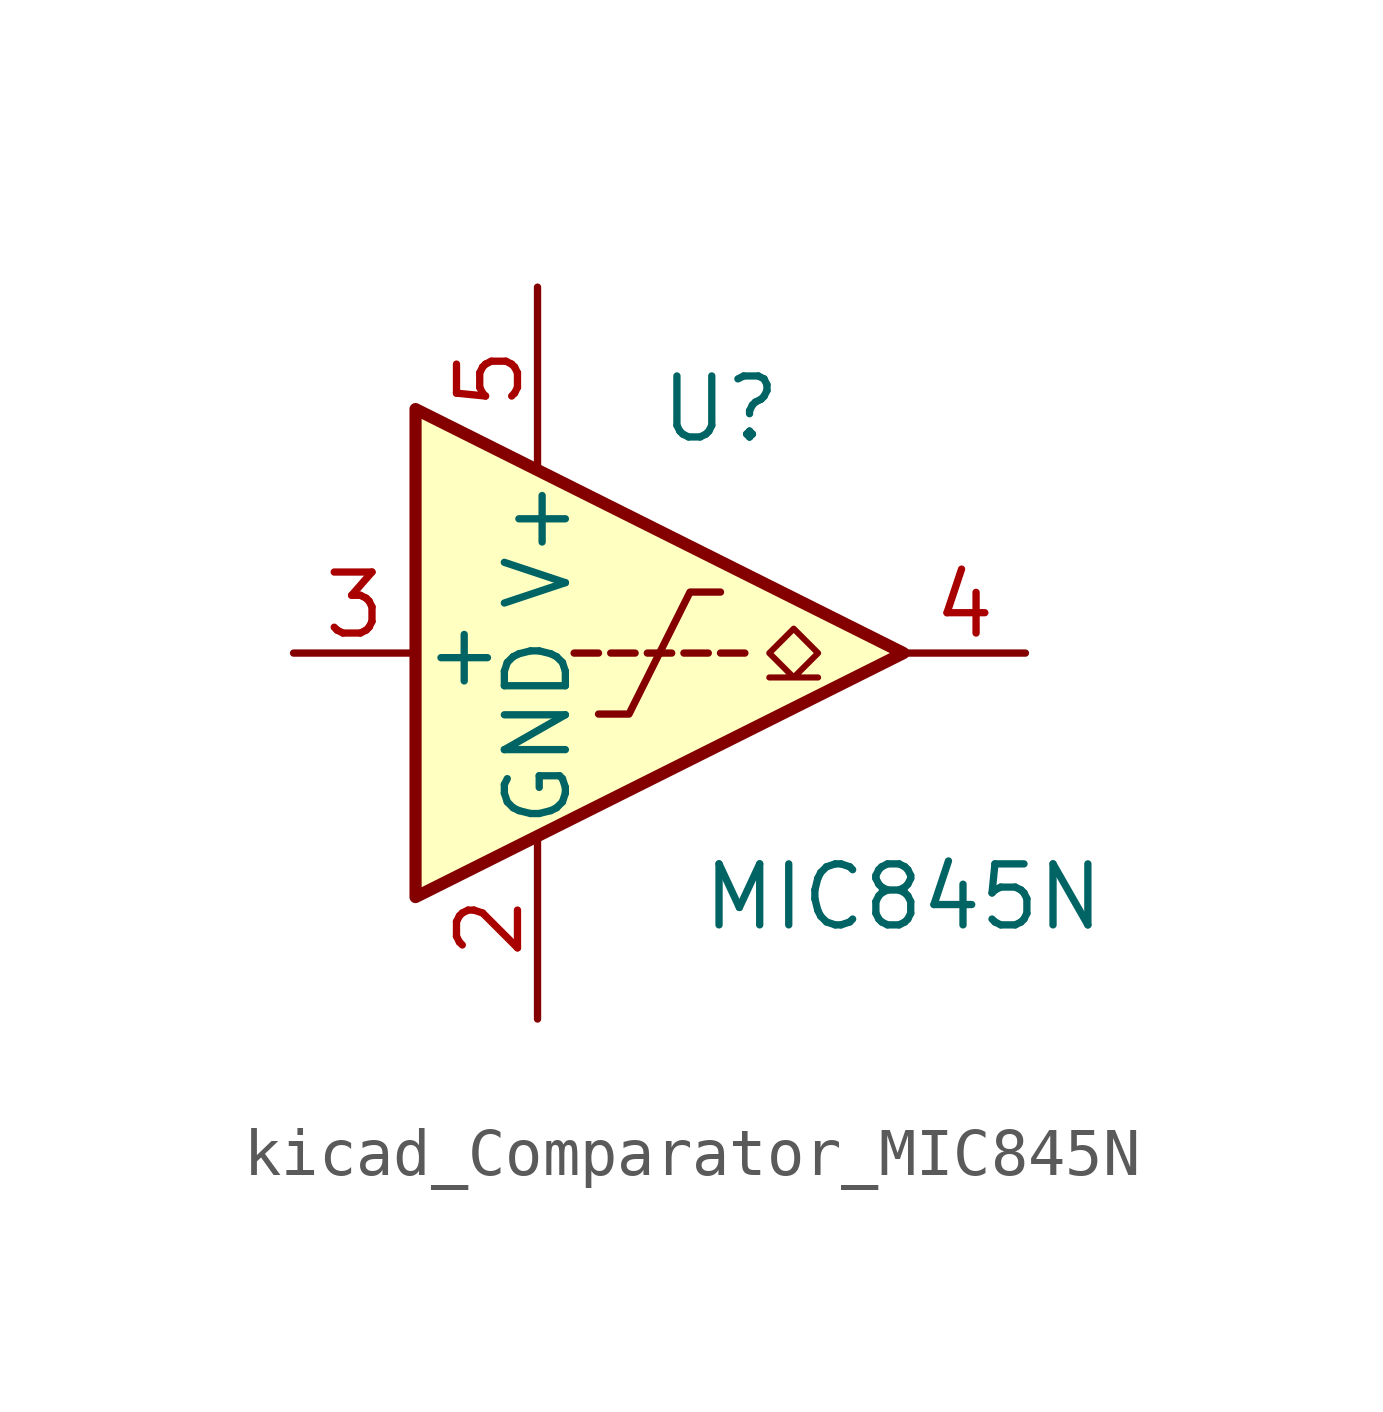
<source format=kicad_sym>
(kicad_symbol_lib
  (version 20220914)
  (generator kicad_symbol_editor)
  (symbol "kicad_Comparator_MIC845N"
    (pin_names
      (offset 0.127))
    (property "Reference" "U"
      (at 3.81 5.08 0)
      (effects (font (size 1.27 1.27))))
    (property "Value" "MIC845N"
      (at 7.62 -5.08 0)
      (effects (font (size 1.27 1.27))))
    (symbol "kicad_Comparator_MIC845N_0_1"
      (polyline (pts (xy 1.27 0) (xy 0.762 0)) (stroke (width 0) (type default)) (fill (type none)))
      (polyline (pts (xy 2.032 0) (xy 1.524 0)) (stroke (width 0) (type default)) (fill (type none)))
      (polyline (pts (xy 2.286 0) (xy 2.794 0)) (stroke (width 0) (type default)) (fill (type none)))
      (polyline (pts (xy 3.048 0) (xy 3.556 0)) (stroke (width 0) (type default)) (fill (type none)))
      (polyline (pts (xy 3.81 0) (xy 4.318 0)) (stroke (width 0) (type default)) (fill (type none)))
      (polyline (pts (xy -2.54 5.08) (xy 7.62 0) (xy -2.54 -5.08) (xy -2.54 5.08)) (stroke (width 0.254) (type default)) (fill (type background)))
      (polyline (pts (xy 1.27 -1.27) (xy 1.905 -1.27) (xy 3.175 1.27) (xy 3.81 1.27)) (stroke (width 0) (type default)) (fill (type none)))
      (polyline (pts (xy 5.842 -0.508) (xy 5.334 -0.508) (xy 5.842 0) (xy 5.334 0.508) (xy 4.826 0) (xy 5.334 -0.508) (xy 4.826 -0.508)) (stroke (width 0.127) (type default)) (fill (type none))))
    (symbol "kicad_Comparator_MIC845N_1_1"
      (pin no_connect line (at -2.54 0 0) (length 2.54) hide (name "NIC" (effects (font (size 1.27 1.27)))) (number "1" (effects (font (size 1.27 1.27)))))
      (pin power_in line (at 0 -7.62 90) (length 3.81) (name "GND" (effects (font (size 1.27 1.27)))) (number "2" (effects (font (size 1.27 1.27)))))
      (pin input line (at -5.08 0 0) (length 2.54) (name "+" (effects (font (size 1.27 1.27)))) (number "3" (effects (font (size 1.27 1.27)))))
      (pin open_collector line (at 10.16 0 180) (length 2.54) (name "~" (effects (font (size 1.27 1.27)))) (number "4" (effects (font (size 1.27 1.27)))))
      (pin power_in line (at 0 7.62 270) (length 3.81) (name "V+" (effects (font (size 1.27 1.27)))) (number "5" (effects (font (size 1.27 1.27))))))))
</source>
